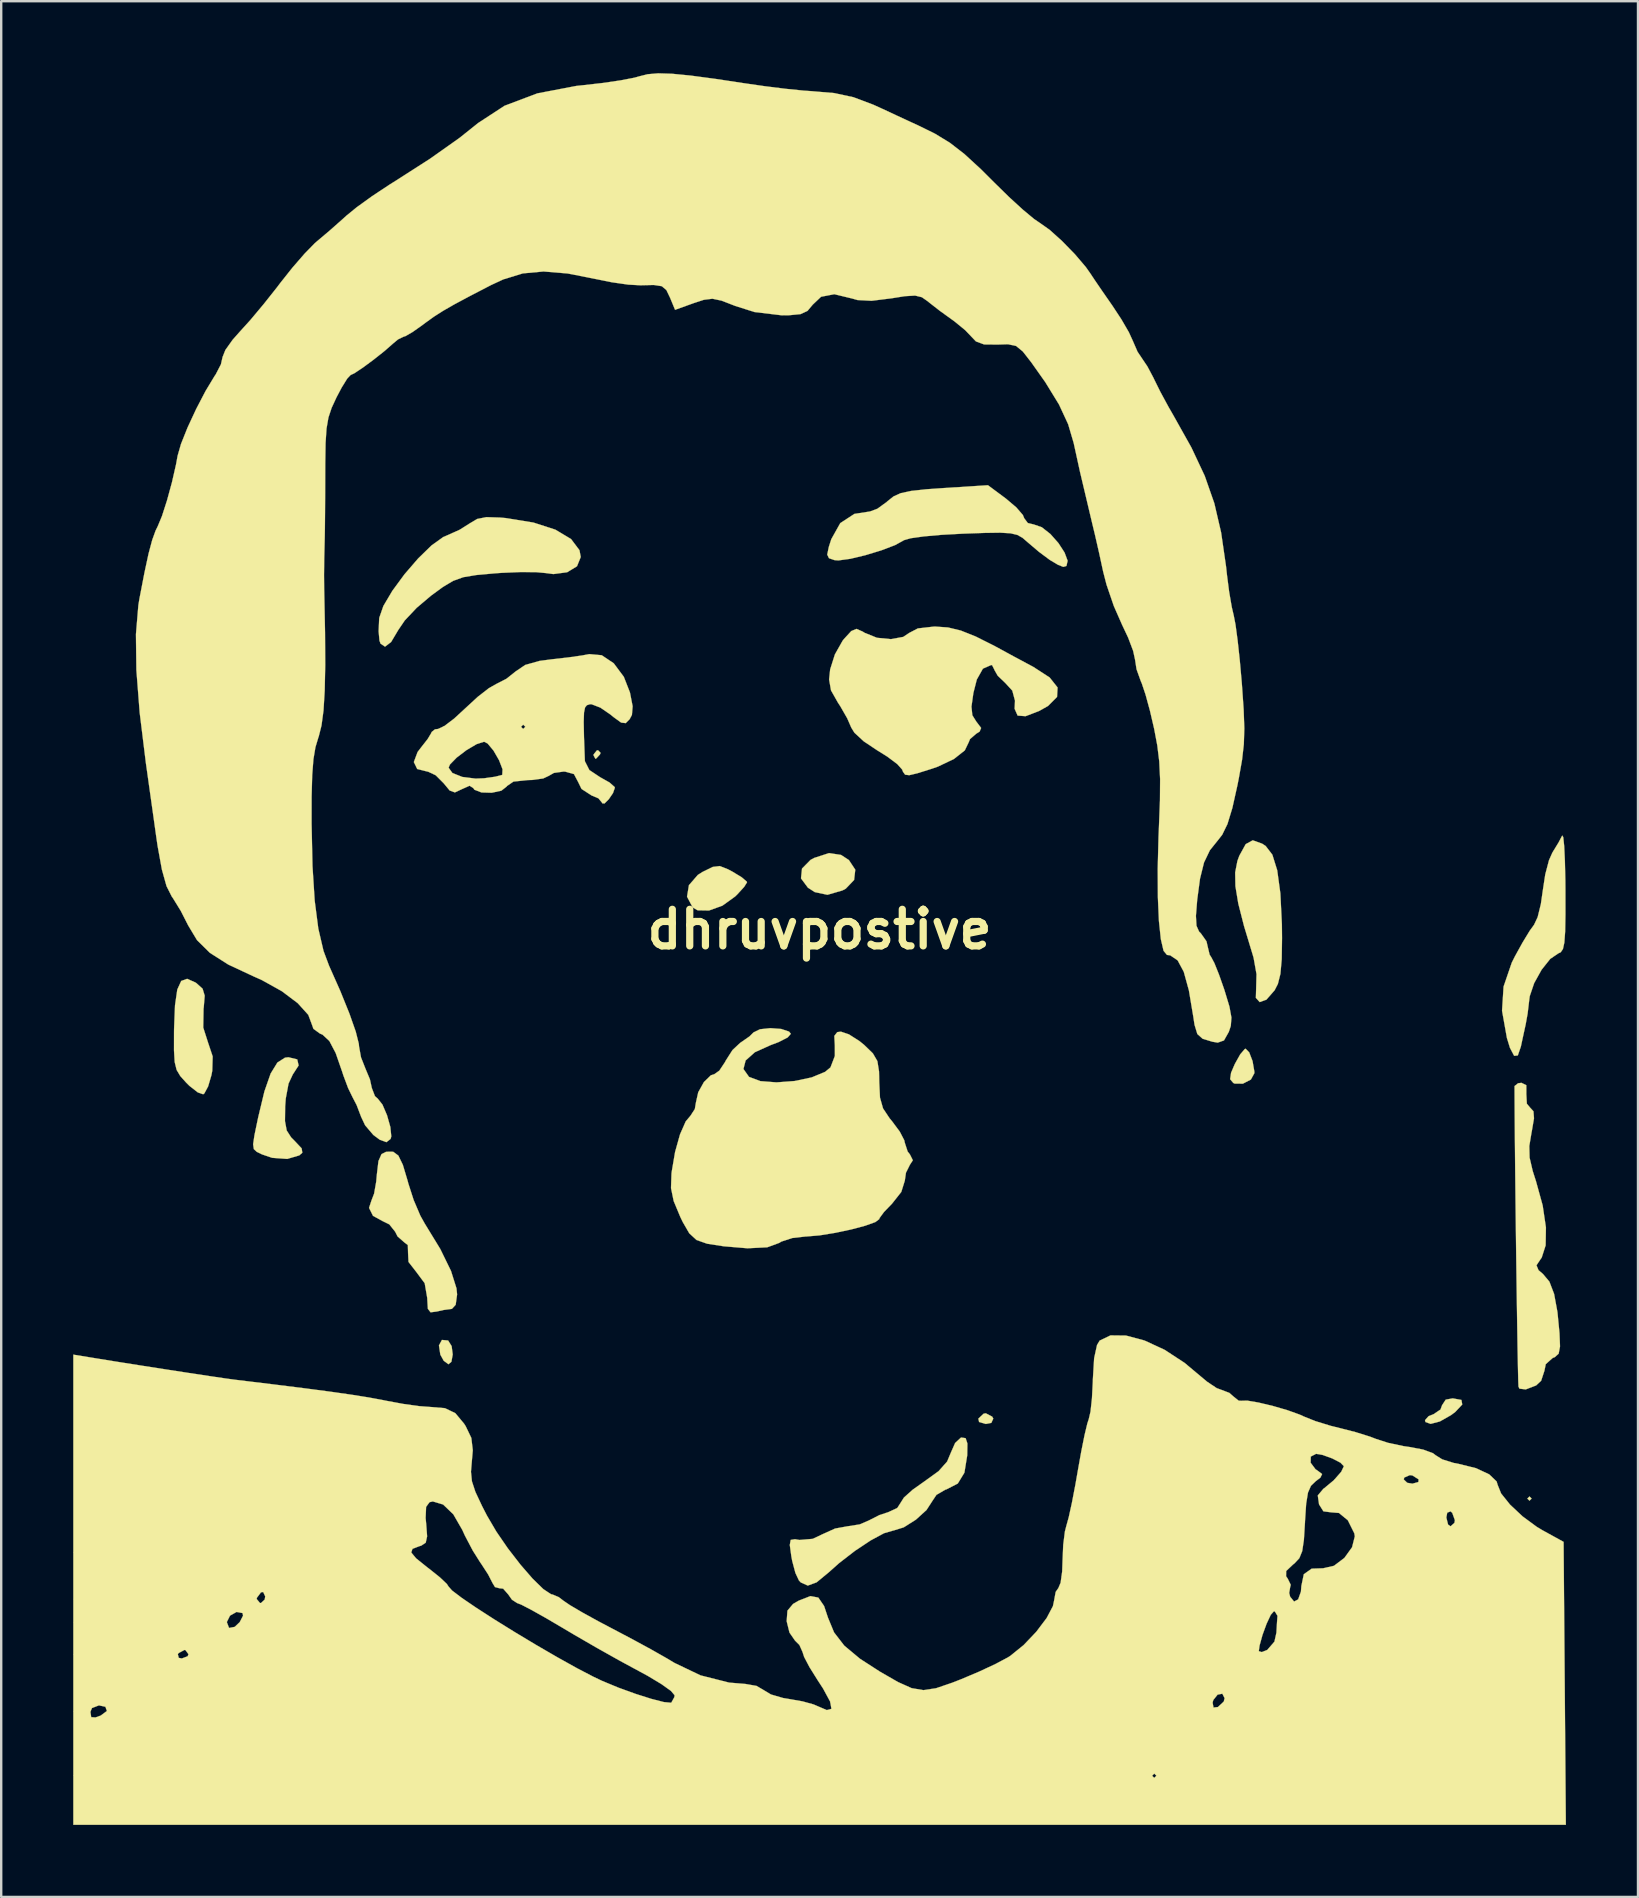
<source format=kicad_pcb>
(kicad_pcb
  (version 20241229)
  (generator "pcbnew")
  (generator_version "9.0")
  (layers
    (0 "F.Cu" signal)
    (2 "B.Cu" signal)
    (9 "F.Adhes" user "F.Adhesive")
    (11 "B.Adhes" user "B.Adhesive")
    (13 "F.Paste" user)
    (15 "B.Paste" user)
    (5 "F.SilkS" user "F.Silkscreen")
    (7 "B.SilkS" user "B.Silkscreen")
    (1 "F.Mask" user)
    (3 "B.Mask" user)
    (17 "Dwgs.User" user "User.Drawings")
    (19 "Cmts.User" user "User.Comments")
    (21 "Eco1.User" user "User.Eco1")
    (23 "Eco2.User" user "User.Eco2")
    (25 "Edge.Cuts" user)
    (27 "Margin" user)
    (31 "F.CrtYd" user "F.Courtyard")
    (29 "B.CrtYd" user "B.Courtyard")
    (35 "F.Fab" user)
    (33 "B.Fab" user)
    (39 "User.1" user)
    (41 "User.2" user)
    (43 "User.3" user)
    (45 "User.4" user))
  (footprint "dhruvpostive"
    (layer "F.Cu")
    (at 31.089 35.663)
    (property "Reference" "dhruvpostive" (at 0 0 0) (layer "F.SilkS") (effects (font (size 1.524 1.524) (thickness 0.3))))
    (attr through_hole)
    (fp_poly (pts (xy 29.663 23.713) (xy 29.574 23.801) (xy 29.485 23.713) (xy 29.574 23.624) (xy 29.663 23.713)) (stroke (width 0.01) (type solid)) (fill yes) (layer "F.SilkS"))
    (fp_poly (pts (xy -9.12 -7.351) (xy -9.148 -7.283) (xy -9.307 -7.113) (xy -9.336 -7.105) (xy -9.412 -7.242) (xy -9.414 -7.283) (xy -9.277 -7.453) (xy -9.226 -7.46) (xy -9.12 -7.351)) (stroke (width 0.01) (type solid)) (fill yes) (layer "F.SilkS"))
    (fp_poly (pts (xy 7.194 20.3) (xy 7.238 20.382) (xy 7.156 20.56) (xy 6.927 20.604) (xy 6.646 20.522) (xy 6.616 20.382) (xy 6.835 20.176) (xy 6.927 20.16) (xy 7.194 20.3)) (stroke (width 0.01) (type solid)) (fill yes) (layer "F.SilkS"))
    (fp_poly (pts (xy -15.475 17.127) (xy -15.469 17.131) (xy -15.325 17.362) (xy -15.28 17.71) (xy -15.335 18.014) (xy -15.459 18.117) (xy -15.656 17.971) (xy -15.796 17.718) (xy -15.854 17.332) (xy -15.73 17.104) (xy -15.475 17.127)) (stroke (width 0.01) (type solid)) (fill yes) (layer "F.SilkS"))
    (fp_poly (pts (xy 0.895 -3.1) (xy 1.223 -2.886) (xy 1.489 -2.485) (xy 1.44 -2.057) (xy 1.093 -1.694) (xy 0.954 -1.62) (xy 0.329 -1.439) (xy -0.199 -1.551) (xy -0.485 -1.736) (xy -0.772 -2.123) (xy -0.73 -2.532) (xy -0.374 -2.893) (xy -0.222 -2.975) (xy 0.396 -3.176) (xy 0.895 -3.1)) (stroke (width 0.01) (type solid)) (fill yes) (layer "F.SilkS"))
    (fp_poly (pts (xy 17.899 5.126) (xy 18.038 5.488) (xy 18.112 5.916) (xy 18.115 5.989) (xy 17.969 6.257) (xy 17.637 6.429) (xy 17.289 6.425) (xy 17.236 6.399) (xy 17.104 6.243) (xy 17.143 5.973) (xy 17.298 5.612) (xy 17.524 5.208) (xy 17.713 4.987) (xy 17.75 4.973) (xy 17.899 5.126)) (stroke (width 0.01) (type solid)) (fill yes) (layer "F.SilkS"))
    (fp_poly (pts (xy 26.74 19.604) (xy 26.773 19.795) (xy 26.48 20.106) (xy 26.305 20.237) (xy 25.841 20.5) (xy 25.456 20.601) (xy 25.241 20.524) (xy 25.222 20.447) (xy 25.37 20.281) (xy 25.578 20.197) (xy 25.867 20.003) (xy 25.933 19.822) (xy 26.085 19.591) (xy 26.377 19.538) (xy 26.74 19.604)) (stroke (width 0.01) (type solid)) (fill yes) (layer "F.SilkS"))
    (fp_poly (pts (xy -3.81 -2.5) (xy -3.63 -2.404) (xy -3.241 -2.168) (xy -3.031 -1.988) (xy -3.02 -1.959) (xy -3.136 -1.773) (xy -3.425 -1.456) (xy -3.514 -1.369) (xy -4.046 -0.986) (xy -4.602 -0.785) (xy -5.078 -0.793) (xy -5.284 -0.912) (xy -5.52 -1.36) (xy -5.441 -1.839) (xy -5.07 -2.267) (xy -4.873 -2.392) (xy -4.449 -2.6) (xy -4.154 -2.636) (xy -3.81 -2.5)) (stroke (width 0.01) (type solid)) (fill yes) (layer "F.SilkS"))
    (fp_poly (pts (xy 18.439 -3.568) (xy 18.585 -3.472) (xy 18.863 -3.11) (xy 19.066 -2.458) (xy 19.197 -1.497) (xy 19.26 -0.21) (xy 19.266 0.363) (xy 19.253 1.244) (xy 19.199 1.854) (xy 19.093 2.275) (xy 18.957 2.539) (xy 18.616 2.929) (xy 18.336 3.031) (xy 18.176 2.854) (xy 18.188 2.447) (xy 18.203 1.867) (xy 18.081 1.183) (xy 18.048 1.07) (xy 17.683 -0.136) (xy 17.444 -1.072) (xy 17.324 -1.797) (xy 17.314 -2.369) (xy 17.407 -2.848) (xy 17.486 -3.064) (xy 17.753 -3.549) (xy 18.047 -3.709) (xy 18.439 -3.568)) (stroke (width 0.01) (type solid)) (fill yes) (layer "F.SilkS"))
    (fp_poly (pts (xy -25.999 2.213) (xy -25.955 2.243) (xy -25.7 2.473) (xy -25.612 2.763) (xy -25.652 3.25) (xy -25.66 3.304) (xy -25.673 4.091) (xy -25.475 4.71) (xy -25.28 5.294) (xy -25.297 5.893) (xy -25.332 6.077) (xy -25.47 6.545) (xy -25.626 6.835) (xy -25.675 6.871) (xy -25.901 6.792) (xy -26.248 6.52) (xy -26.385 6.384) (xy -26.629 6.112) (xy -26.781 5.857) (xy -26.862 5.529) (xy -26.891 5.039) (xy -26.89 4.299) (xy -26.888 4.145) (xy -26.849 3.164) (xy -26.754 2.509) (xy -26.59 2.15) (xy -26.343 2.061) (xy -25.999 2.213)) (stroke (width 0.01) (type solid)) (fill yes) (layer "F.SilkS"))
    (fp_poly (pts (xy -21.757 5.418) (xy -21.699 5.67) (xy -21.942 6.045) (xy -22.119 6.424) (xy -22.235 7.046) (xy -22.26 7.374) (xy -22.268 7.989) (xy -22.196 8.378) (xy -22.01 8.668) (xy -21.855 8.824) (xy -21.573 9.124) (xy -21.545 9.305) (xy -21.67 9.416) (xy -22.174 9.564) (xy -22.802 9.518) (xy -23.224 9.375) (xy -23.445 9.267) (xy -23.566 9.154) (xy -23.595 8.952) (xy -23.54 8.58) (xy -23.41 7.955) (xy -23.38 7.815) (xy -23.124 6.75) (xy -22.864 6.005) (xy -22.584 5.549) (xy -22.267 5.346) (xy -22.123 5.329) (xy -21.757 5.418)) (stroke (width 0.01) (type solid)) (fill yes) (layer "F.SilkS"))
    (fp_poly (pts (xy 30.981 -3.838) (xy 31.02 -3.467) (xy 31.049 -2.85) (xy 31.068 -2.04) (xy 31.071 -1.626) (xy 31.072 -0.619) (xy 31.06 0.087) (xy 31.027 0.549) (xy 30.968 0.819) (xy 30.877 0.954) (xy 30.773 1.003) (xy 30.437 1.232) (xy 30.078 1.684) (xy 29.769 2.241) (xy 29.585 2.784) (xy 29.565 2.93) (xy 29.496 3.512) (xy 29.417 3.952) (xy 29.297 4.502) (xy 29.215 4.885) (xy 29.088 5.253) (xy 28.935 5.269) (xy 28.76 4.936) (xy 28.634 4.527) (xy 28.431 3.391) (xy 28.495 2.384) (xy 28.835 1.39) (xy 28.966 1.128) (xy 29.288 0.545) (xy 29.583 0.061) (xy 29.765 -0.191) (xy 29.914 -0.508) (xy 30.048 -1.054) (xy 30.128 -1.612) (xy 30.231 -2.288) (xy 30.387 -2.88) (xy 30.528 -3.197) (xy 30.782 -3.613) (xy 30.938 -3.908) (xy 30.981 -3.838)) (stroke (width 0.01) (type solid)) (fill yes) (layer "F.SilkS"))
    (fp_poly (pts (xy -17.545 9.424) (xy -17.358 9.809) (xy -17.158 10.477) (xy -17.132 10.578) (xy -16.908 11.274) (xy -16.628 11.931) (xy -16.446 12.256) (xy -15.799 13.315) (xy -15.352 14.229) (xy -15.124 14.953) (xy -15.098 15.209) (xy -15.157 15.64) (xy -15.315 15.811) (xy -15.32 15.811) (xy -15.663 15.857) (xy -15.942 15.92) (xy -16.203 15.954) (xy -16.316 15.807) (xy -16.341 15.395) (xy -16.341 15.361) (xy -16.448 14.742) (xy -16.797 14.273) (xy -17.122 13.855) (xy -17.14 13.496) (xy -17.15 13.153) (xy -17.299 13.038) (xy -17.578 12.793) (xy -17.679 12.595) (xy -17.922 12.29) (xy -18.205 12.152) (xy -18.601 11.935) (xy -18.766 11.604) (xy -18.665 11.296) (xy -18.555 11.009) (xy -18.467 10.509) (xy -18.44 10.21) (xy -18.374 9.652) (xy -18.246 9.363) (xy -18.054 9.266) (xy -17.764 9.263) (xy -17.545 9.424)) (stroke (width 0.01) (type solid)) (fill yes) (layer "F.SilkS"))
    (fp_poly (pts (xy -13.304 -17.153) (xy -13.069 -17.132) (xy -11.918 -16.945) (xy -11.001 -16.648) (xy -10.35 -16.258) (xy -10 -15.793) (xy -9.947 -15.51) (xy -10.103 -15.125) (xy -10.513 -14.875) (xy -11.085 -14.799) (xy -11.415 -14.842) (xy -11.826 -14.88) (xy -12.474 -14.882) (xy -13.242 -14.85) (xy -13.524 -14.83) (xy -14.3 -14.759) (xy -14.841 -14.669) (xy -15.264 -14.516) (xy -15.69 -14.261) (xy -16.181 -13.902) (xy -16.781 -13.394) (xy -17.276 -12.87) (xy -17.549 -12.469) (xy -17.846 -11.97) (xy -18.1 -11.775) (xy -18.286 -11.899) (xy -18.332 -12.027) (xy -18.367 -12.416) (xy -18.344 -12.937) (xy -18.338 -12.984) (xy -18.168 -13.472) (xy -17.795 -14.102) (xy -17.289 -14.79) (xy -16.721 -15.449) (xy -16.16 -15.995) (xy -15.675 -16.342) (xy -15.542 -16.399) (xy -14.996 -16.643) (xy -14.579 -16.906) (xy -14.262 -17.095) (xy -13.878 -17.171) (xy -13.304 -17.153)) (stroke (width 0.01) (type solid)) (fill yes) (layer "F.SilkS"))
    (fp_poly (pts (xy 6.086 21.196) (xy 6.159 21.417) (xy 6.152 21.911) (xy 6.152 21.912) (xy 6.035 22.634) (xy 5.76 23.085) (xy 5.287 23.329) (xy 5.244 23.34) (xy 4.87 23.558) (xy 4.707 23.802) (xy 4.456 24.189) (xy 4.013 24.592) (xy 3.508 24.911) (xy 3.075 25.045) (xy 3.065 25.045) (xy 2.685 25.156) (xy 2.129 25.456) (xy 1.478 25.888) (xy 0.816 26.4) (xy 0.381 26.787) (xy -0.122 27.202) (xy -0.489 27.337) (xy -0.781 27.206) (xy -0.859 27.123) (xy -1.005 26.811) (xy -1.139 26.309) (xy -1.174 26.12) (xy -1.239 25.645) (xy -1.202 25.435) (xy -1.022 25.405) (xy -0.835 25.437) (xy -0.283 25.39) (xy 0.125 25.197) (xy 0.648 24.961) (xy 1.159 24.868) (xy 1.674 24.788) (xy 2.048 24.627) (xy 2.496 24.399) (xy 2.886 24.269) (xy 3.24 24.102) (xy 3.375 23.892) (xy 3.515 23.67) (xy 3.88 23.343) (xy 4.345 23.014) (xy 4.96 22.57) (xy 5.315 22.17) (xy 5.466 21.81) (xy 5.648 21.397) (xy 5.886 21.176) (xy 5.908 21.17) (xy 6.086 21.196)) (stroke (width 0.01) (type solid)) (fill yes) (layer "F.SilkS"))
    (fp_poly (pts (xy 7.771 -17.938) (xy 8.198 -17.576) (xy 8.471 -17.259) (xy 8.526 -17.125) (xy 8.677 -16.925) (xy 8.926 -16.865) (xy 9.259 -16.75) (xy 9.617 -16.468) (xy 9.95 -16.092) (xy 10.207 -15.696) (xy 10.335 -15.353) (xy 10.285 -15.136) (xy 10.154 -15.098) (xy 9.928 -15.188) (xy 9.587 -15.392) (xy 9.14 -15.725) (xy 8.675 -16.12) (xy 8.668 -16.126) (xy 8.456 -16.309) (xy 8.242 -16.43) (xy 7.955 -16.498) (xy 7.525 -16.523) (xy 6.88 -16.514) (xy 5.967 -16.482) (xy 5.098 -16.435) (xy 4.35 -16.369) (xy 3.799 -16.292) (xy 3.522 -16.213) (xy 3.515 -16.209) (xy 3.15 -16.007) (xy 2.576 -15.788) (xy 1.912 -15.586) (xy 1.276 -15.434) (xy 0.787 -15.368) (xy 0.628 -15.379) (xy 0.394 -15.459) (xy 0.32 -15.61) (xy 0.387 -15.932) (xy 0.49 -16.253) (xy 0.864 -16.922) (xy 1.452 -17.306) (xy 2.104 -17.407) (xy 2.412 -17.522) (xy 2.796 -17.801) (xy 2.832 -17.835) (xy 3.081 -18.033) (xy 3.38 -18.169) (xy 3.811 -18.262) (xy 4.454 -18.332) (xy 5.151 -18.381) (xy 7.016 -18.5) (xy 7.771 -17.938)) (stroke (width 0.01) (type solid)) (fill yes) (layer "F.SilkS"))
    (fp_poly (pts (xy 29.442 6.493) (xy 29.443 6.834) (xy 29.441 6.843) (xy 29.464 7.262) (xy 29.603 7.43) (xy 29.74 7.58) (xy 29.762 7.874) (xy 29.672 8.403) (xy 29.659 8.468) (xy 29.566 9.028) (xy 29.578 9.509) (xy 29.709 10.068) (xy 29.845 10.493) (xy 30.124 11.504) (xy 30.259 12.418) (xy 30.247 13.165) (xy 30.083 13.675) (xy 30.039 13.735) (xy 29.866 13.995) (xy 29.95 14.197) (xy 30.136 14.357) (xy 30.404 14.677) (xy 30.6 15.188) (xy 30.739 15.945) (xy 30.824 16.82) (xy 30.846 17.375) (xy 30.789 17.677) (xy 30.626 17.823) (xy 30.544 17.853) (xy 30.252 18.113) (xy 30.196 18.39) (xy 30.06 18.804) (xy 29.852 18.999) (xy 29.419 19.165) (xy 29.157 19.134) (xy 29.116 19.05) (xy 29.106 18.795) (xy 29.093 18.234) (xy 29.077 17.419) (xy 29.061 16.4) (xy 29.043 15.227) (xy 29.025 13.95) (xy 29.008 12.619) (xy 28.992 11.285) (xy 28.978 9.998) (xy 28.966 8.808) (xy 28.958 7.767) (xy 28.953 6.923) (xy 28.952 6.528) (xy 29.098 6.412) (xy 29.24 6.394) (xy 29.442 6.493)) (stroke (width 0.01) (type solid)) (fill yes) (layer "F.SilkS"))
    (fp_poly (pts (xy 5.353 -12.575) (xy 5.883 -12.447) (xy 6.507 -12.198) (xy 7.304 -11.797) (xy 7.815 -11.519) (xy 8.121 -11.352) (xy 8.605 -11.093) (xy 8.903 -10.934) (xy 9.586 -10.491) (xy 9.916 -10.075) (xy 9.894 -9.682) (xy 9.52 -9.306) (xy 9.155 -9.1) (xy 8.584 -8.879) (xy 8.252 -8.904) (xy 8.126 -9.188) (xy 8.142 -9.526) (xy 8.03 -9.944) (xy 7.737 -10.263) (xy 7.422 -10.565) (xy 7.283 -10.808) (xy 7.283 -10.816) (xy 7.189 -11.002) (xy 7.149 -11.01) (xy 6.805 -10.859) (xy 6.551 -10.406) (xy 6.409 -9.848) (xy 6.329 -9.277) (xy 6.365 -8.919) (xy 6.533 -8.65) (xy 6.538 -8.645) (xy 6.732 -8.388) (xy 6.668 -8.237) (xy 6.524 -8.147) (xy 6.269 -7.926) (xy 6.217 -7.799) (xy 6.052 -7.455) (xy 5.602 -7.099) (xy 4.932 -6.779) (xy 4.674 -6.689) (xy 4.078 -6.502) (xy 3.737 -6.421) (xy 3.565 -6.442) (xy 3.477 -6.565) (xy 3.44 -6.658) (xy 3.24 -6.882) (xy 2.823 -7.195) (xy 2.39 -7.465) (xy 1.842 -7.831) (xy 1.452 -8.192) (xy 1.324 -8.4) (xy 1.152 -8.793) (xy 0.864 -9.295) (xy 0.764 -9.448) (xy 0.478 -9.954) (xy 0.398 -10.408) (xy 0.443 -10.831) (xy 0.64 -11.453) (xy 0.963 -12.026) (xy 1.015 -12.091) (xy 1.322 -12.425) (xy 1.54 -12.516) (xy 1.799 -12.403) (xy 1.88 -12.351) (xy 2.392 -12.145) (xy 2.976 -12.089) (xy 3.487 -12.182) (xy 3.73 -12.345) (xy 4.095 -12.535) (xy 4.751 -12.61) (xy 4.836 -12.611) (xy 5.353 -12.575)) (stroke (width 0.01) (type solid)) (fill yes) (layer "F.SilkS"))
    (fp_poly (pts (xy -1.596 4.15) (xy -1.27 4.259) (xy -1.195 4.352) (xy -1.325 4.502) (xy -1.702 4.696) (xy -2.036 4.822) (xy -2.692 5.118) (xy -3.079 5.463) (xy -3.17 5.818) (xy -2.939 6.144) (xy -2.933 6.148) (xy -2.464 6.323) (xy -1.794 6.375) (xy -1.042 6.319) (xy -0.327 6.168) (xy 0.233 5.936) (xy 0.456 5.751) (xy 0.638 5.276) (xy 0.637 4.84) (xy 0.616 4.439) (xy 0.739 4.281) (xy 0.893 4.263) (xy 1.224 4.375) (xy 1.667 4.658) (xy 1.859 4.814) (xy 2.222 5.166) (xy 2.41 5.489) (xy 2.479 5.925) (xy 2.487 6.368) (xy 2.518 7.01) (xy 2.645 7.459) (xy 2.921 7.875) (xy 3.02 7.993) (xy 3.342 8.426) (xy 3.531 8.789) (xy 3.552 8.89) (xy 3.67 9.254) (xy 3.766 9.378) (xy 3.887 9.62) (xy 3.766 9.805) (xy 3.6 10.138) (xy 3.552 10.471) (xy 3.406 10.939) (xy 3.02 11.428) (xy 2.686 11.774) (xy 2.5 12.027) (xy 2.487 12.072) (xy 2.326 12.194) (xy 1.906 12.345) (xy 1.317 12.502) (xy 0.653 12.643) (xy 0.005 12.748) (xy -0.536 12.794) (xy -0.569 12.794) (xy -1.133 12.858) (xy -1.592 13.008) (xy -1.677 13.061) (xy -2.177 13.245) (xy -3.001 13.286) (xy -3.997 13.202) (xy -4.683 13.096) (xy -5.124 12.941) (xy -5.426 12.663) (xy -5.7 12.189) (xy -5.801 11.978) (xy -6.076 11.319) (xy -6.187 10.779) (xy -6.167 10.182) (xy -6.159 10.105) (xy -6.017 9.272) (xy -5.812 8.541) (xy -5.575 8.002) (xy -5.374 7.762) (xy -5.195 7.486) (xy -5.151 7.224) (xy -5.053 6.787) (xy -4.816 6.361) (xy -4.527 6.08) (xy -4.386 6.035) (xy -4.175 5.887) (xy -3.937 5.529) (xy -3.908 5.47) (xy -3.625 5.027) (xy -3.304 4.727) (xy -3.29 4.719) (xy -2.916 4.459) (xy -2.75 4.294) (xy -2.48 4.162) (xy -2.047 4.116) (xy -1.596 4.15)) (stroke (width 0.01) (type solid)) (fill yes) (layer "F.SilkS"))
    (fp_poly (pts (xy -9.073 -11.418) (xy -8.572 -11.082) (xy -8.152 -10.518) (xy -7.897 -9.865) (xy -7.786 -9.295) (xy -7.815 -8.933) (xy -7.909 -8.755) (xy -8.073 -8.59) (xy -8.264 -8.612) (xy -8.587 -8.846) (xy -8.705 -8.944) (xy -9.13 -9.236) (xy -9.49 -9.374) (xy -9.571 -9.375) (xy -9.69 -9.337) (xy -9.768 -9.241) (xy -9.811 -9.029) (xy -9.824 -8.642) (xy -9.812 -8.023) (xy -9.779 -7.112) (xy -9.774 -7.002) (xy -9.588 -6.635) (xy -9.143 -6.339) (xy -8.747 -6.116) (xy -8.536 -5.93) (xy -8.526 -5.898) (xy -8.604 -5.676) (xy -8.778 -5.421) (xy -8.957 -5.243) (xy -9.052 -5.25) (xy -9.053 -5.265) (xy -9.209 -5.456) (xy -9.5 -5.579) (xy -9.915 -5.849) (xy -10.052 -6.131) (xy -10.23 -6.467) (xy -10.601 -6.571) (xy -10.666 -6.572) (xy -11.069 -6.515) (xy -11.279 -6.394) (xy -11.51 -6.285) (xy -11.958 -6.223) (xy -12.159 -6.217) (xy -12.75 -6.155) (xy -13.023 -5.968) (xy -13.031 -5.95) (xy -13.254 -5.776) (xy -13.655 -5.69) (xy -14.08 -5.702) (xy -14.378 -5.816) (xy -14.425 -5.886) (xy -14.579 -5.982) (xy -14.895 -5.841) (xy -15.19 -5.703) (xy -15.407 -5.783) (xy -15.656 -6.084) (xy -15.99 -6.419) (xy -16.314 -6.571) (xy -16.334 -6.572) (xy -16.759 -6.679) (xy -16.786 -6.735) (xy -15.453 -6.735) (xy -15.293 -6.512) (xy -14.883 -6.349) (xy -14.327 -6.279) (xy -13.973 -6.293) (xy -13.517 -6.357) (xy -13.241 -6.426) (xy -13.216 -6.441) (xy -13.205 -6.669) (xy -13.35 -7.045) (xy -13.58 -7.444) (xy -13.825 -7.739) (xy -13.973 -7.815) (xy -14.287 -7.714) (xy -14.706 -7.466) (xy -15.113 -7.156) (xy -15.394 -6.868) (xy -15.453 -6.735) (xy -16.786 -6.735) (xy -16.9 -6.968) (xy -16.744 -7.387) (xy -16.607 -7.566) (xy -16.321 -7.932) (xy -16.17 -8.185) (xy -16.164 -8.215) (xy -16.019 -8.332) (xy -15.889 -8.348) (xy -15.697 -8.437) (xy -12.434 -8.437) (xy -12.345 -8.348) (xy -12.256 -8.437) (xy -12.345 -8.526) (xy -12.434 -8.437) (xy -15.697 -8.437) (xy -15.632 -8.467) (xy -15.221 -8.779) (xy -14.746 -9.217) (xy -14.739 -9.223) (xy -14.237 -9.686) (xy -13.773 -10.047) (xy -13.46 -10.224) (xy -13.037 -10.442) (xy -12.656 -10.746) (xy -12.257 -11.015) (xy -11.662 -11.182) (xy -11.146 -11.25) (xy -10.477 -11.326) (xy -9.89 -11.409) (xy -9.59 -11.465) (xy -9.073 -11.418)) (stroke (width 0.01) (type solid)) (fill yes) (layer "F.SilkS"))
    (fp_poly (pts (xy -6.141 -35.64) (xy -5.364 -35.564) (xy -4.337 -35.427) (xy -3.197 -35.254) (xy -2.296 -35.124) (xy -1.407 -35.013) (xy -0.662 -34.938) (xy -0.355 -34.917) (xy 0.613 -34.835) (xy 1.416 -34.662) (xy 2.241 -34.351) (xy 2.576 -34.199) (xy 3.217 -33.9) (xy 3.839 -33.612) (xy 4.085 -33.5) (xy 4.811 -33.143) (xy 5.432 -32.764) (xy 6.038 -32.294) (xy 6.721 -31.666) (xy 7.272 -31.116) (xy 7.891 -30.509) (xy 8.471 -29.978) (xy 8.939 -29.589) (xy 9.181 -29.424) (xy 9.585 -29.139) (xy 10.104 -28.671) (xy 10.639 -28.122) (xy 11.091 -27.591) (xy 11.275 -27.33) (xy 11.465 -27.044) (xy 11.79 -26.569) (xy 12.18 -26.007) (xy 12.187 -25.998) (xy 12.574 -25.41) (xy 12.885 -24.875) (xy 13.051 -24.512) (xy 13.249 -24.057) (xy 13.425 -23.795) (xy 13.657 -23.451) (xy 13.912 -22.97) (xy 13.941 -22.907) (xy 14.195 -22.394) (xy 14.538 -21.761) (xy 14.744 -21.403) (xy 15.492 -20.068) (xy 16.047 -18.887) (xy 16.446 -17.746) (xy 16.729 -16.529) (xy 16.933 -15.123) (xy 16.973 -14.758) (xy 17.063 -14.059) (xy 17.173 -13.421) (xy 17.255 -13.07) (xy 17.329 -12.688) (xy 17.416 -12.038) (xy 17.506 -11.208) (xy 17.588 -10.286) (xy 17.596 -10.181) (xy 17.667 -9.157) (xy 17.695 -8.373) (xy 17.675 -7.715) (xy 17.602 -7.068) (xy 17.47 -6.318) (xy 17.41 -6.012) (xy 17.197 -5.056) (xy 16.993 -4.388) (xy 16.774 -3.939) (xy 16.615 -3.736) (xy 16.26 -3.293) (xy 16.016 -2.784) (xy 15.85 -2.113) (xy 15.732 -1.23) (xy 15.679 -0.56) (xy 15.702 -0.149) (xy 15.811 0.094) (xy 15.886 0.169) (xy 16.119 0.499) (xy 16.164 0.697) (xy 16.25 1.056) (xy 16.319 1.163) (xy 16.449 1.407) (xy 16.642 1.889) (xy 16.859 2.507) (xy 16.87 2.541) (xy 17.075 3.219) (xy 17.158 3.676) (xy 17.132 4.023) (xy 17.049 4.271) (xy 16.848 4.628) (xy 16.588 4.719) (xy 16.365 4.682) (xy 15.958 4.558) (xy 15.738 4.361) (xy 15.622 3.981) (xy 15.57 3.641) (xy 15.386 2.543) (xy 15.173 1.77) (xy 14.917 1.293) (xy 14.607 1.082) (xy 14.473 1.066) (xy 14.331 0.895) (xy 14.218 0.411) (xy 14.138 -0.345) (xy 14.094 -1.335) (xy 14.087 -2.516) (xy 14.121 -3.848) (xy 14.137 -4.23) (xy 14.181 -5.374) (xy 14.187 -6.261) (xy 14.152 -6.99) (xy 14.07 -7.658) (xy 13.94 -8.349) (xy 13.765 -9.103) (xy 13.581 -9.777) (xy 13.421 -10.253) (xy 13.383 -10.338) (xy 13.205 -10.834) (xy 13.144 -11.231) (xy 13.064 -11.6) (xy 12.856 -12.151) (xy 12.602 -12.689) (xy 12.259 -13.468) (xy 11.955 -14.358) (xy 11.814 -14.905) (xy 11.65 -15.663) (xy 11.478 -16.417) (xy 11.368 -16.874) (xy 10.849 -19.063) (xy 10.587 -20.259) (xy 10.356 -21.043) (xy 9.976 -21.862) (xy 9.405 -22.792) (xy 8.822 -23.617) (xy 8.467 -24.072) (xy 8.187 -24.301) (xy 7.852 -24.373) (xy 7.424 -24.36) (xy 6.855 -24.365) (xy 6.515 -24.491) (xy 6.369 -24.644) (xy 6.068 -24.959) (xy 5.624 -25.323) (xy 5.506 -25.408) (xy 5.01 -25.766) (xy 4.575 -26.105) (xy 4.508 -26.161) (xy 4.263 -26.332) (xy 3.982 -26.4) (xy 3.554 -26.375) (xy 2.995 -26.286) (xy 2.168 -26.183) (xy 1.583 -26.214) (xy 1.361 -26.277) (xy 0.617 -26.457) (xy 0.064 -26.351) (xy -0.283 -26.022) (xy -0.501 -25.762) (xy -0.791 -25.628) (xy -1.268 -25.581) (xy -1.571 -25.578) (xy -2.711 -25.715) (xy -3.518 -25.971) (xy -4.077 -26.188) (xy -4.461 -26.269) (xy -4.82 -26.224) (xy -5.242 -26.086) (xy -6.018 -25.807) (xy -6.228 -26.314) (xy -6.38 -26.63) (xy -6.57 -26.791) (xy -6.905 -26.842) (xy -7.46 -26.829) (xy -7.964 -26.856) (xy -8.649 -26.954) (xy -9.253 -27.076) (xy -10.49 -27.32) (xy -11.496 -27.404) (xy -12.361 -27.324) (xy -13.175 -27.074) (xy -13.677 -26.841) (xy -14.568 -26.379) (xy -15.215 -26.033) (xy -15.69 -25.76) (xy -16.067 -25.519) (xy -16.418 -25.266) (xy -16.536 -25.177) (xy -16.951 -24.883) (xy -17.253 -24.709) (xy -17.32 -24.69) (xy -17.552 -24.579) (xy -17.747 -24.419) (xy -18.11 -24.1) (xy -18.567 -23.737) (xy -19.021 -23.401) (xy -19.379 -23.163) (xy -19.534 -23.091) (xy -19.673 -22.945) (xy -19.907 -22.567) (xy -20.123 -22.158) (xy -20.324 -21.724) (xy -20.457 -21.323) (xy -20.537 -20.863) (xy -20.577 -20.256) (xy -20.59 -19.41) (xy -20.591 -19.094) (xy -20.594 -18.194) (xy -20.599 -17.365) (xy -20.605 -16.706) (xy -20.611 -16.341) (xy -20.633 -15.439) (xy -20.641 -14.768) (xy -20.636 -14.203) (xy -20.632 -14.032) (xy -20.599 -12.364) (xy -20.591 -11.014) (xy -20.613 -9.943) (xy -20.663 -9.115) (xy -20.746 -8.493) (xy -20.86 -8.04) (xy -20.877 -7.993) (xy -20.999 -7.586) (xy -21.083 -7.084) (xy -21.134 -6.422) (xy -21.158 -5.534) (xy -21.159 -4.394) (xy -21.122 -2.638) (xy -21.03 -1.195) (xy -20.879 -0.029) (xy -20.663 0.898) (xy -20.434 1.51) (xy -19.962 2.573) (xy -19.584 3.508) (xy -19.32 4.259) (xy -19.192 4.769) (xy -19.183 4.876) (xy -19.101 5.332) (xy -18.918 5.797) (xy -18.729 6.25) (xy -18.651 6.608) (xy -18.52 6.949) (xy -18.403 7.052) (xy -18.207 7.301) (xy -18.017 7.744) (xy -17.879 8.233) (xy -17.839 8.623) (xy -17.868 8.731) (xy -18.043 8.866) (xy -18.319 8.765) (xy -18.587 8.566) (xy -18.929 8.164) (xy -19.094 7.815) (xy -19.284 7.317) (xy -19.441 7.016) (xy -19.637 6.615) (xy -19.84 6.073) (xy -19.879 5.95) (xy -20.156 5.152) (xy -20.42 4.65) (xy -20.704 4.387) (xy -20.81 4.343) (xy -21.083 4.145) (xy -21.137 3.991) (xy -21.297 3.562) (xy -21.737 3.075) (xy -22.399 2.577) (xy -23.225 2.117) (xy -23.571 1.962) (xy -24.628 1.468) (xy -25.395 0.98) (xy -25.933 0.449) (xy -26.305 -0.171) (xy -26.312 -0.186) (xy -26.608 -0.767) (xy -26.938 -1.303) (xy -26.983 -1.365) (xy -27.202 -1.799) (xy -27.395 -2.489) (xy -27.575 -3.479) (xy -27.625 -3.819) (xy -27.757 -4.764) (xy -27.892 -5.719) (xy -28.008 -6.546) (xy -28.062 -6.927) (xy -28.32 -9.023) (xy -28.458 -10.805) (xy -28.476 -12.292) (xy -28.375 -13.504) (xy -28.332 -13.766) (xy -28.122 -14.854) (xy -27.95 -15.652) (xy -27.799 -16.218) (xy -27.656 -16.613) (xy -27.57 -16.787) (xy -27.392 -17.215) (xy -27.181 -17.87) (xy -26.974 -18.629) (xy -26.805 -19.371) (xy -26.74 -19.729) (xy -26.599 -20.22) (xy -26.324 -20.907) (xy -25.965 -21.679) (xy -25.574 -22.429) (xy -25.201 -23.047) (xy -25.151 -23.12) (xy -24.936 -23.536) (xy -24.867 -23.841) (xy -24.75 -24.135) (xy -24.446 -24.562) (xy -24.155 -24.89) (xy -23.706 -25.386) (xy -23.153 -26.047) (xy -22.598 -26.747) (xy -22.473 -26.913) (xy -21.961 -27.559) (xy -21.448 -28.15) (xy -21.024 -28.584) (xy -20.92 -28.674) (xy -20.405 -29.109) (xy -19.848 -29.602) (xy -19.716 -29.723) (xy -19.276 -30.082) (xy -18.642 -30.539) (xy -17.927 -31.013) (xy -17.673 -31.172) (xy -16.229 -32.098) (xy -15.008 -32.961) (xy -14.218 -33.591) (xy -13.122 -34.307) (xy -11.753 -34.824) (xy -10.135 -35.133) (xy -9.873 -35.161) (xy -9.042 -35.255) (xy -8.284 -35.366) (xy -7.709 -35.477) (xy -7.507 -35.534) (xy -7.159 -35.621) (xy -6.722 -35.658) (xy -6.141 -35.64)) (stroke (width 0.01) (type solid)) (fill yes) (layer "F.SilkS"))
    (fp_poly (pts (xy 12.767 16.922) (xy 13.539 17.129) (xy 14.374 17.515) (xy 15.205 18.058) (xy 15.685 18.46) (xy 16.149 18.848) (xy 16.543 19.111) (xy 16.739 19.183) (xy 17.073 19.31) (xy 17.228 19.448) (xy 17.46 19.634) (xy 17.565 19.639) (xy 17.814 19.632) (xy 18.29 19.713) (xy 18.886 19.855) (xy 19.494 20.032) (xy 20.006 20.216) (xy 20.164 20.289) (xy 20.647 20.483) (xy 21.294 20.682) (xy 21.67 20.775) (xy 22.328 20.944) (xy 22.93 21.132) (xy 23.18 21.228) (xy 23.685 21.391) (xy 24.335 21.529) (xy 24.601 21.567) (xy 25.15 21.673) (xy 25.555 21.823) (xy 25.666 21.908) (xy 25.94 22.079) (xy 26.421 22.229) (xy 26.643 22.272) (xy 27.349 22.447) (xy 27.897 22.704) (xy 28.206 23) (xy 28.247 23.139) (xy 28.392 23.5) (xy 28.765 23.965) (xy 29.288 24.455) (xy 29.883 24.893) (xy 30.119 25.034) (xy 30.995 25.516) (xy 31.042 31.408) (xy 31.089 37.301) (xy -31.084 37.301) (xy -31.084 35.258) (xy 13.855 35.258) (xy 13.943 35.347) (xy 14.032 35.258) (xy 13.943 35.169) (xy 13.855 35.258) (xy -31.084 35.258) (xy -31.084 32.594) (xy -30.373 32.594) (xy -30.34 32.818) (xy -30.164 32.83) (xy -29.944 32.752) (xy -29.686 32.561) (xy -29.749 32.385) (xy -30.018 32.327) (xy -30.307 32.438) (xy -30.373 32.594) (xy -31.084 32.594) (xy -31.084 30.196) (xy -26.732 30.196) (xy -26.692 30.348) (xy -26.565 30.373) (xy -26.322 30.281) (xy -26.288 30.196) (xy -26.416 30.023) (xy -26.455 30.018) (xy -26.696 30.147) (xy -26.732 30.196) (xy -31.084 30.196) (xy -31.084 28.858) (xy -24.69 28.858) (xy -24.597 29.102) (xy -24.362 29.057) (xy -24.153 28.859) (xy -24.015 28.592) (xy -24.035 28.482) (xy -24.284 28.435) (xy -24.558 28.59) (xy -24.689 28.853) (xy -24.69 28.858) (xy -31.084 28.858) (xy -31.084 27.897) (xy -23.446 27.897) (xy -23.311 28.06) (xy -23.269 28.064) (xy -23.113 27.92) (xy -23.091 27.787) (xy -23.177 27.604) (xy -23.269 27.62) (xy -23.439 27.847) (xy -23.446 27.897) (xy -31.084 27.897) (xy -31.084 25.958) (xy -17.008 25.958) (xy -16.806 26.202) (xy -16.33 26.585) (xy -16.252 26.643) (xy -15.815 26.993) (xy -15.525 27.268) (xy -15.453 27.378) (xy -15.307 27.543) (xy -14.904 27.849) (xy -14.299 28.261) (xy -13.544 28.748) (xy -12.693 29.276) (xy -11.801 29.812) (xy -10.92 30.323) (xy -10.105 30.777) (xy -9.409 31.14) (xy -9.059 31.306) (xy -8.374 31.59) (xy -7.659 31.849) (xy -6.999 32.058) (xy -6.482 32.19) (xy -6.192 32.217) (xy -6.172 32.209) (xy -6.047 31.981) (xy -6.039 31.903) (xy -6.187 31.727) (xy -6.583 31.443) (xy -7.158 31.097) (xy -7.505 30.909) (xy -8.314 30.471) (xy -9.274 29.932) (xy -10.233 29.377) (xy -10.696 29.102) (xy -11.4 28.688) (xy -11.999 28.352) (xy -12.423 28.132) (xy -12.599 28.064) (xy -12.813 27.925) (xy -12.969 27.704) (xy -13.18 27.464) (xy -13.332 27.449) (xy -13.52 27.399) (xy -13.621 27.232) (xy -13.805 26.873) (xy -14.096 26.425) (xy -14.131 26.377) (xy -14.444 25.88) (xy -14.772 25.257) (xy -14.882 25.016) (xy -15.254 24.37) (xy -15.681 23.96) (xy -16.108 23.832) (xy -16.246 23.863) (xy -16.389 24.059) (xy -16.409 24.52) (xy -16.385 24.775) (xy -16.347 25.286) (xy -16.405 25.551) (xy -16.592 25.674) (xy -16.672 25.697) (xy -16.956 25.806) (xy -17.008 25.958) (xy -31.084 25.958) (xy -31.084 17.717) (xy -30.329 17.84) (xy -29.393 17.992) (xy -28.359 18.156) (xy -27.302 18.321) (xy -26.297 18.476) (xy -25.418 18.609) (xy -24.739 18.709) (xy -24.336 18.764) (xy -24.334 18.764) (xy -22.702 18.962) (xy -21.376 19.128) (xy -20.311 19.269) (xy -19.461 19.391) (xy -18.78 19.5) (xy -18.221 19.603) (xy -18.051 19.638) (xy -17.337 19.77) (xy -16.675 19.862) (xy -16.245 19.894) (xy -15.604 19.947) (xy -15.171 20.155) (xy -14.807 20.592) (xy -14.739 20.699) (xy -14.505 21.186) (xy -14.444 21.7) (xy -14.483 22.147) (xy -14.52 22.596) (xy -14.481 22.99) (xy -14.336 23.433) (xy -14.057 24.027) (xy -13.853 24.423) (xy -13.464 25.086) (xy -12.982 25.788) (xy -12.459 26.464) (xy -11.95 27.051) (xy -11.507 27.483) (xy -11.184 27.697) (xy -11.121 27.709) (xy -10.864 27.817) (xy -10.665 27.969) (xy -10.395 28.153) (xy -9.886 28.453) (xy -9.215 28.823) (xy -8.608 29.143) (xy -7.793 29.573) (xy -7.004 30.002) (xy -6.351 30.373) (xy -6.039 30.56) (xy -4.958 31.077) (xy -3.765 31.379) (xy -3.086 31.435) (xy -2.624 31.516) (xy -2.316 31.697) (xy -2.02 31.874) (xy -1.519 32.02) (xy -1.273 32.061) (xy -0.705 32.161) (xy -0.25 32.287) (xy -0.136 32.336) (xy 0.303 32.524) (xy 0.495 32.471) (xy 0.449 32.208) (xy 16.373 32.208) (xy 16.412 32.418) (xy 16.595 32.396) (xy 16.839 32.168) (xy 16.874 32.027) (xy 16.78 31.841) (xy 16.582 31.88) (xy 16.406 32.1) (xy 16.373 32.208) (xy 0.449 32.208) (xy 0.443 32.172) (xy 0.146 31.623) (xy -0.089 31.262) (xy -0.416 30.739) (xy -0.641 30.311) (xy -0.71 30.099) (xy -0.84 29.809) (xy -1.021 29.629) (xy -1.252 29.295) (xy -1.369 28.82) (xy -1.337 28.382) (xy -1.103 28.102) (xy -0.865 27.964) (xy -0.38 27.775) (xy -0.05 27.837) (xy 0.19 28.188) (xy 0.351 28.672) (xy 0.605 29.287) (xy 1.03 29.838) (xy 1.685 30.385) (xy 2.516 30.922) (xy 3.271 31.356) (xy 3.837 31.61) (xy 4.328 31.692) (xy 4.853 31.613) (xy 5.525 31.384) (xy 5.894 31.24) (xy 6.642 30.924) (xy 7.332 30.602) (xy 7.845 30.329) (xy 7.949 30.263) (xy 8.188 30.069) (xy 18.298 30.069) (xy 18.424 30.107) (xy 18.65 30.018) (xy 18.949 29.672) (xy 19.032 29.301) (xy 19.057 28.863) (xy 19.077 28.597) (xy 18.967 28.417) (xy 18.926 28.409) (xy 18.797 28.555) (xy 18.624 28.923) (xy 18.453 29.39) (xy 18.33 29.835) (xy 18.298 30.069) (xy 8.188 30.069) (xy 8.502 29.815) (xy 9.029 29.261) (xy 9.46 28.69) (xy 9.722 28.193) (xy 9.769 27.969) (xy 9.837 27.6) (xy 9.947 27.443) (xy 10.042 27.219) (xy 10.08 26.948) (xy 19.435 26.948) (xy 19.501 27.043) (xy 19.629 27.305) (xy 19.604 27.407) (xy 19.564 27.644) (xy 19.604 27.801) (xy 19.768 28.002) (xy 19.938 27.912) (xy 20.053 27.59) (xy 20.071 27.354) (xy 20.173 26.864) (xy 20.501 26.632) (xy 20.979 26.616) (xy 21.429 26.513) (xy 21.862 26.186) (xy 22.183 25.741) (xy 22.298 25.285) (xy 22.276 25.158) (xy 22.007 24.616) (xy 21.867 24.501) (xy 26.11 24.501) (xy 26.183 24.796) (xy 26.288 24.867) (xy 26.447 24.724) (xy 26.466 24.611) (xy 26.357 24.309) (xy 26.288 24.245) (xy 26.148 24.3) (xy 26.11 24.501) (xy 21.867 24.501) (xy 21.636 24.312) (xy 21.306 24.285) (xy 20.99 24.244) (xy 20.808 23.955) (xy 20.755 23.583) (xy 20.985 23.307) (xy 21.028 23.277) (xy 21.425 22.947) (xy 21.454 22.913) (xy 24.334 22.913) (xy 24.483 23.056) (xy 24.7 23.091) (xy 24.946 23.023) (xy 24.956 22.913) (xy 24.699 22.75) (xy 24.59 22.736) (xy 24.361 22.835) (xy 24.334 22.913) (xy 21.454 22.913) (xy 21.732 22.596) (xy 21.842 22.365) (xy 21.7 22.218) (xy 21.36 22.041) (xy 20.962 21.897) (xy 20.685 21.848) (xy 20.463 21.963) (xy 20.458 22.22) (xy 20.66 22.49) (xy 20.737 22.541) (xy 20.936 22.691) (xy 20.864 22.841) (xy 20.668 22.991) (xy 20.471 23.181) (xy 20.346 23.465) (xy 20.271 23.929) (xy 20.223 24.658) (xy 20.222 24.698) (xy 20.177 25.432) (xy 20.107 25.901) (xy 19.987 26.196) (xy 19.791 26.407) (xy 19.723 26.461) (xy 19.439 26.73) (xy 19.435 26.948) (xy 10.08 26.948) (xy 10.107 26.752) (xy 10.124 26.286) (xy 10.151 25.639) (xy 10.221 25.082) (xy 10.286 24.831) (xy 10.381 24.489) (xy 10.512 23.891) (xy 10.658 23.131) (xy 10.758 22.558) (xy 10.901 21.758) (xy 11.039 21.069) (xy 11.156 20.581) (xy 11.215 20.402) (xy 11.288 20.09) (xy 11.348 19.534) (xy 11.384 18.848) (xy 11.386 18.749) (xy 11.439 17.864) (xy 11.56 17.313) (xy 11.669 17.131) (xy 12.121 16.915) (xy 12.767 16.922)) (stroke (width 0.01) (type solid)) (fill yes) (layer "F.SilkS")))
  (gr_rect
    (start -3 -3)
    (end 65.183 75.969)
    (stroke (width 0.1) (type default))
    (fill no)
    (layer "Edge.Cuts")))
</source>
